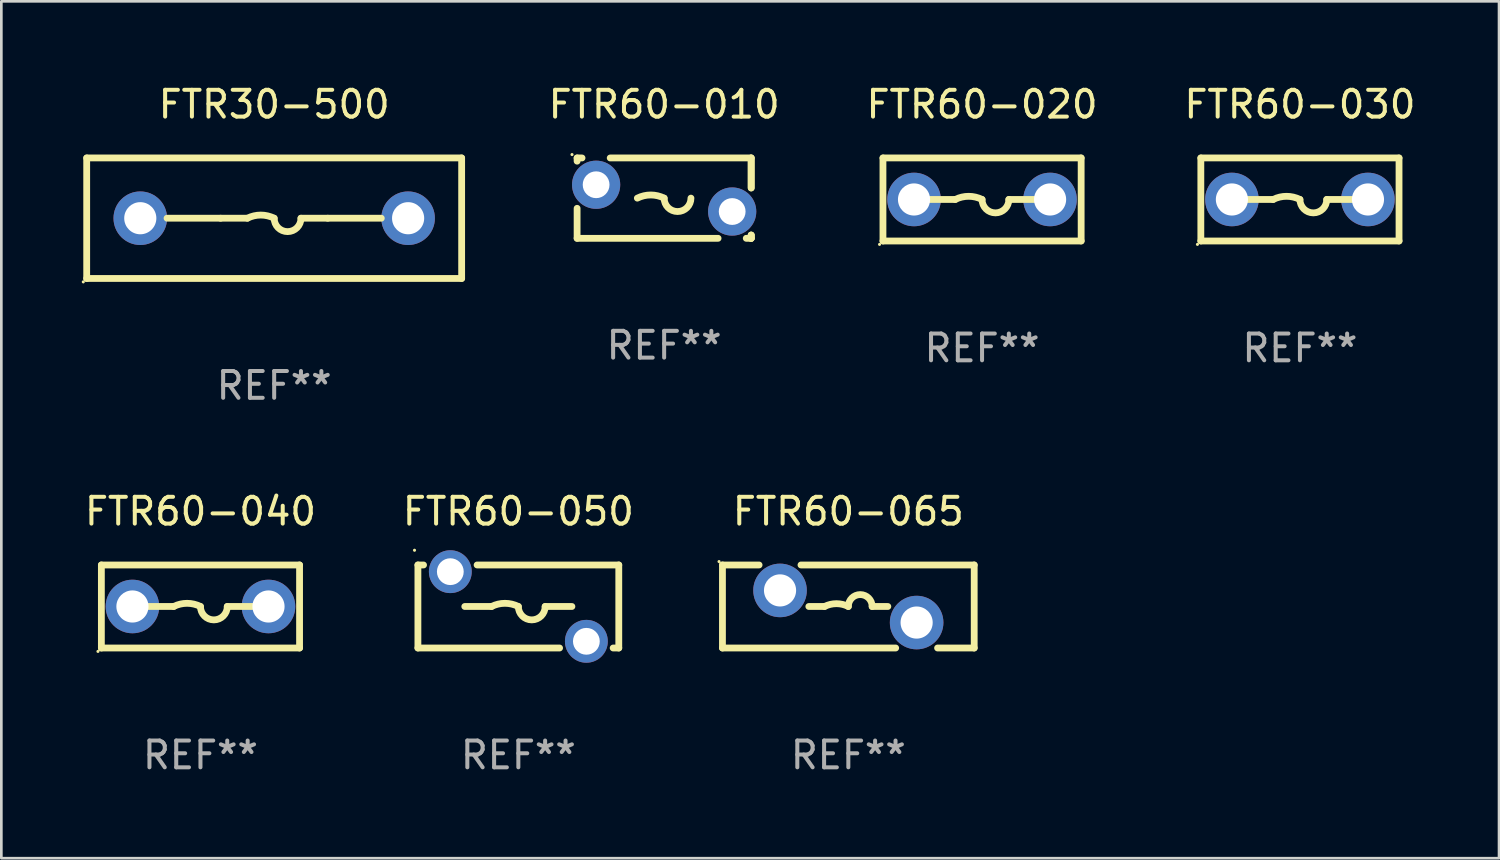
<source format=kicad_pcb>
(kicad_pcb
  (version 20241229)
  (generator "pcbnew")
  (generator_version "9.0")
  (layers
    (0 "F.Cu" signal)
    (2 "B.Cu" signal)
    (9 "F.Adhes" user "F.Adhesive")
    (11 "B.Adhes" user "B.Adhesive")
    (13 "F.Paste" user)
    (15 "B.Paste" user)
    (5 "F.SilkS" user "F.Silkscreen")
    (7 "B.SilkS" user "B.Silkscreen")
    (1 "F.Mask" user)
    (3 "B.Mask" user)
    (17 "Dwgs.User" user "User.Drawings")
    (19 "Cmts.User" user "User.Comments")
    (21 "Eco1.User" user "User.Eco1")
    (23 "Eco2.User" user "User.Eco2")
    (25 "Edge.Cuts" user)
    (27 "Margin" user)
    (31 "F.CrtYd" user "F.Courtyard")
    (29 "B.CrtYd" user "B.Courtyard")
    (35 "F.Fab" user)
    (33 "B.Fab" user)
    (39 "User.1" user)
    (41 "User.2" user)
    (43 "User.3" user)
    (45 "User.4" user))
  (footprint "FTR60-010"
    (layer "F.Cu")
    (at 21.748 4.348)
    (property "Reference" "FTR60-010" (at 0 -3.5 0) (layer "F.SilkS") (effects (font (size 1 1) (thickness 0.15))))
    (attr through_hole)
    (fp_line (start -3.25 -1.5) (end -3.25 -1.38) (stroke (width 0.254) (type solid)) (layer "F.SilkS"))
    (fp_line (start -3.25 -1.5) (end -3.066 -1.5) (stroke (width 0.254) (type solid)) (layer "F.SilkS"))
    (fp_line (start -3.25 0.38) (end -3.25 1.5) (stroke (width 0.254) (type solid)) (layer "F.SilkS"))
    (fp_line (start -3.25 1.5) (end 2.014 1.5) (stroke (width 0.254) (type solid)) (layer "F.SilkS"))
    (fp_line (start -2.014 -1.5) (end 3.25 -1.5) (stroke (width 0.254) (type solid)) (layer "F.SilkS"))
    (fp_line (start 3.066 1.5) (end 3.25 1.5) (stroke (width 0.254) (type solid)) (layer "F.SilkS"))
    (fp_line (start 3.25 -1.5) (end 3.25 -0.38) (stroke (width 0.254) (type solid)) (layer "F.SilkS"))
    (fp_line (start 3.25 -1.5) (end 3.25 -0.38) (stroke (width 0.254) (type solid)) (layer "F.SilkS"))
    (fp_line (start 3.25 1.38) (end 3.25 1.5) (stroke (width 0.254) (type solid)) (layer "F.SilkS"))
    (fp_line (start 3.25 1.38) (end 3.25 1.5) (stroke (width 0.254) (type solid)) (layer "F.SilkS"))
    (fp_line (start 3.25 1.5) (end 3.25 1.38) (stroke (width 0.254) (type solid)) (layer "F.SilkS"))
    (fp_arc (start -1.000762 0) (mid -0.500381 -0.118151) (end 0 0) (stroke (width 0.254001) (type solid)) (layer "F.SilkS"))
    (fp_arc (start 1.000762 0) (mid 0.500381 0.500127) (end 0 0) (stroke (width 0.254001) (type solid)) (layer "F.SilkS"))
    (fp_circle (center -3.44 -1.627) (end -3.41 -1.627) (stroke (width 0.06) (type solid)) (fill no) (layer "F.SilkS"))
    (fp_text user "REF**" (at 0 5.5 0) (layer "F.Fab") (effects (font (size 1 1) (thickness 0.15))))
    (pad "1" thru_hole circle (at -2.54 -0.5) (size 1.8 1.8) (drill 1) (layers "*.Cu" "*.Mask"))
    (pad "2" thru_hole circle (at 2.54 0.5) (size 1.8 1.8) (drill 1) (layers "*.Cu" "*.Mask")))
  (footprint "FTR60-040"
    (layer "F.Cu")
    (at 4.435 19.595)
    (property "Reference" "FTR60-040" (at 0 -3.55 0) (layer "F.SilkS") (effects (font (size 1 1) (thickness 0.15))))
    (attr through_hole)
    (fp_line (start -3.7 -1.55) (end 3.7 -1.55) (stroke (width 0.254) (type solid)) (layer "F.SilkS"))
    (fp_line (start -3.7 1.55) (end -3.7 -1.55) (stroke (width 0.254) (type solid)) (layer "F.SilkS"))
    (fp_line (start -1 0) (end -2 0) (stroke (width 0.254) (type solid)) (layer "F.SilkS"))
    (fp_line (start 1 0) (end 2 0) (stroke (width 0.254) (type solid)) (layer "F.SilkS"))
    (fp_line (start 3.7 -1.55) (end 3.7 1.55) (stroke (width 0.254) (type solid)) (layer "F.SilkS"))
    (fp_line (start 3.7 1.55) (end -3.7 1.55) (stroke (width 0.254) (type solid)) (layer "F.SilkS"))
    (fp_arc (start -1.000762 0) (mid -0.500381 -0.118151) (end 0 0) (stroke (width 0.254001) (type solid)) (layer "F.SilkS"))
    (fp_arc (start 1.000762 0) (mid 0.500381 0.500127) (end 0 0) (stroke (width 0.254001) (type solid)) (layer "F.SilkS"))
    (fp_circle (center -3.827 1.677) (end -3.797 1.677) (stroke (width 0.06) (type solid)) (fill no) (layer "F.SilkS"))
    (fp_text user "REF**" (at 0 5.55 0) (layer "F.Fab") (effects (font (size 1 1) (thickness 0.15))))
    (pad "1" thru_hole circle (at -2.54 0) (size 2 2) (drill 1.2) (layers "*.Cu" "*.Mask"))
    (pad "2" thru_hole circle (at 2.54 0) (size 2 2) (drill 1.2) (layers "*.Cu" "*.Mask")))
  (footprint "FTR60-065"
    (layer "F.Cu")
    (at 28.625 19.595)
    (property "Reference" "FTR60-065" (at 0 -3.55 0) (layer "F.SilkS") (effects (font (size 1 1) (thickness 0.15))))
    (attr through_hole)
    (fp_line (start -4.7 -1.55) (end -4.7 1.55) (stroke (width 0.254) (type solid)) (layer "F.SilkS"))
    (fp_line (start -4.7 1.55) (end 1.768 1.55) (stroke (width 0.254) (type solid)) (layer "F.SilkS"))
    (fp_line (start -3.332 -1.55) (end -4.7 -1.55) (stroke (width 0.254) (type solid)) (layer "F.SilkS"))
    (fp_line (start -1.475 0) (end -0.889 0) (stroke (width 0.254) (type solid)) (layer "F.SilkS"))
    (fp_line (start 1.475 0) (end 0.889 0) (stroke (width 0.254) (type solid)) (layer "F.SilkS"))
    (fp_line (start 3.332 1.55) (end 4.7 1.55) (stroke (width 0.254) (type solid)) (layer "F.SilkS"))
    (fp_line (start 4.7 -1.55) (end -1.768 -1.55) (stroke (width 0.254) (type solid)) (layer "F.SilkS"))
    (fp_line (start 4.7 -1.55) (end 4.7 1.55) (stroke (width 0.254) (type solid)) (layer "F.SilkS"))
    (fp_arc (start -0.889002 0) (mid -0.444501 -0.104932) (end 0 0) (stroke (width 0.254001) (type solid)) (layer "F.SilkS"))
    (fp_arc (start 0 0) (mid 0.444501 -0.444501) (end 0.889002 0) (stroke (width 0.254001) (type solid)) (layer "F.SilkS"))
    (fp_circle (center -4.827 -1.677) (end -4.797 -1.677) (stroke (width 0.06) (type solid)) (fill no) (layer "F.SilkS"))
    (fp_text user "REF**" (at 0 5.55 0) (layer "F.Fab") (effects (font (size 1 1) (thickness 0.15))))
    (pad "1" thru_hole circle (at -2.55 -0.6) (size 2 2) (drill 1.2) (layers "*.Cu" "*.Mask"))
    (pad "2" thru_hole circle (at 2.55 0.6) (size 2 2) (drill 1.2) (layers "*.Cu" "*.Mask")))
  (footprint "FTR60-020"
    (layer "F.Cu")
    (at 33.618 4.398)
    (property "Reference" "FTR60-020" (at 0 -3.55 0) (layer "F.SilkS") (effects (font (size 1 1) (thickness 0.15))))
    (attr through_hole)
    (fp_line (start -3.7 -1.55) (end 3.7 -1.55) (stroke (width 0.254) (type solid)) (layer "F.SilkS"))
    (fp_line (start -3.7 1.55) (end -3.7 -1.55) (stroke (width 0.254) (type solid)) (layer "F.SilkS"))
    (fp_line (start -1 0) (end -2 0) (stroke (width 0.254) (type solid)) (layer "F.SilkS"))
    (fp_line (start 1 0) (end 2 0) (stroke (width 0.254) (type solid)) (layer "F.SilkS"))
    (fp_line (start 3.7 -1.55) (end 3.7 1.55) (stroke (width 0.254) (type solid)) (layer "F.SilkS"))
    (fp_line (start 3.7 1.55) (end -3.7 1.55) (stroke (width 0.254) (type solid)) (layer "F.SilkS"))
    (fp_arc (start -1.000762 0) (mid -0.500381 -0.118151) (end 0 0) (stroke (width 0.254001) (type solid)) (layer "F.SilkS"))
    (fp_arc (start 1.000762 0) (mid 0.500381 0.500127) (end 0 0) (stroke (width 0.254001) (type solid)) (layer "F.SilkS"))
    (fp_circle (center -3.827 1.677) (end -3.797 1.677) (stroke (width 0.06) (type solid)) (fill no) (layer "F.SilkS"))
    (fp_text user "REF**" (at 0 5.55 0) (layer "F.Fab") (effects (font (size 1 1) (thickness 0.15))))
    (pad "1" thru_hole circle (at -2.54 0) (size 2 2) (drill 1.2) (layers "*.Cu" "*.Mask"))
    (pad "2" thru_hole circle (at 2.54 0) (size 2 2) (drill 1.2) (layers "*.Cu" "*.Mask")))
  (footprint "FTR60-050"
    (layer "F.Cu")
    (at 16.304 19.595)
    (property "Reference" "FTR60-050" (at 0 -3.55 0) (layer "F.SilkS") (effects (font (size 1 1) (thickness 0.15))))
    (attr through_hole)
    (fp_line (start -3.75 -1.55) (end -3.54 -1.55) (stroke (width 0.254) (type solid)) (layer "F.SilkS"))
    (fp_line (start -3.75 1.55) (end -3.75 -1.55) (stroke (width 0.254) (type solid)) (layer "F.SilkS"))
    (fp_line (start -3.75 1.55) (end 1.54 1.55) (stroke (width 0.254) (type solid)) (layer "F.SilkS"))
    (fp_line (start -1.54 -1.55) (end 3.75 -1.55) (stroke (width 0.254) (type solid)) (layer "F.SilkS"))
    (fp_line (start -1 0) (end -2 0) (stroke (width 0.254) (type solid)) (layer "F.SilkS"))
    (fp_line (start 1 0) (end 2 0) (stroke (width 0.254) (type solid)) (layer "F.SilkS"))
    (fp_line (start 3.54 1.55) (end 3.75 1.55) (stroke (width 0.254) (type solid)) (layer "F.SilkS"))
    (fp_line (start 3.75 -1.55) (end 3.75 1.55) (stroke (width 0.254) (type solid)) (layer "F.SilkS"))
    (fp_arc (start -1.000762 0) (mid -0.500381 -0.118151) (end 0 0) (stroke (width 0.254001) (type solid)) (layer "F.SilkS"))
    (fp_arc (start 1.000762 0) (mid 0.500381 0.500127) (end 0 0) (stroke (width 0.254001) (type solid)) (layer "F.SilkS"))
    (fp_circle (center -3.877 -2.1) (end -3.847 -2.1) (stroke (width 0.06) (type solid)) (fill no) (layer "F.SilkS"))
    (fp_text user "REF**" (at 0 5.55 0) (layer "F.Fab") (effects (font (size 1 1) (thickness 0.15))))
    (pad "1" thru_hole circle (at -2.54 -1.3) (size 1.6 1.6) (drill 1) (layers "*.Cu" "*.Mask"))
    (pad "2" thru_hole circle (at 2.54 1.3) (size 1.6 1.6) (drill 1) (layers "*.Cu" "*.Mask")))
  (footprint "FTR60-030"
    (layer "F.Cu")
    (at 45.487 4.398)
    (property "Reference" "FTR60-030" (at 0 -3.55 0) (layer "F.SilkS") (effects (font (size 1 1) (thickness 0.15))))
    (attr through_hole)
    (fp_line (start -3.7 -1.55) (end 3.7 -1.55) (stroke (width 0.254) (type solid)) (layer "F.SilkS"))
    (fp_line (start -3.7 1.55) (end -3.7 -1.55) (stroke (width 0.254) (type solid)) (layer "F.SilkS"))
    (fp_line (start -1 0) (end -2 0) (stroke (width 0.254) (type solid)) (layer "F.SilkS"))
    (fp_line (start 1 0) (end 2 0) (stroke (width 0.254) (type solid)) (layer "F.SilkS"))
    (fp_line (start 3.7 -1.55) (end 3.7 1.55) (stroke (width 0.254) (type solid)) (layer "F.SilkS"))
    (fp_line (start 3.7 1.55) (end -3.7 1.55) (stroke (width 0.254) (type solid)) (layer "F.SilkS"))
    (fp_arc (start -1.000762 0) (mid -0.500381 -0.118151) (end 0 0) (stroke (width 0.254001) (type solid)) (layer "F.SilkS"))
    (fp_arc (start 1.000762 0) (mid 0.500381 0.500127) (end 0 0) (stroke (width 0.254001) (type solid)) (layer "F.SilkS"))
    (fp_circle (center -3.827 1.677) (end -3.797 1.677) (stroke (width 0.06) (type solid)) (fill no) (layer "F.SilkS"))
    (fp_text user "REF**" (at 0 5.55 0) (layer "F.Fab") (effects (font (size 1 1) (thickness 0.15))))
    (pad "1" thru_hole circle (at -2.54 0) (size 2 2) (drill 1.2) (layers "*.Cu" "*.Mask"))
    (pad "2" thru_hole circle (at 2.54 0) (size 2 2) (drill 1.2) (layers "*.Cu" "*.Mask")))
  (footprint "FTR30-500"
    (layer "F.Cu")
    (at 7.187 5.098)
    (property "Reference" "FTR30-500" (at 0 -4.25 0) (layer "F.SilkS") (effects (font (size 1 1) (thickness 0.15))))
    (attr through_hole)
    (fp_line (start -7 -2.25) (end 7 -2.25) (stroke (width 0.254) (type solid)) (layer "F.SilkS"))
    (fp_line (start -7 2.25) (end -7 -2.25) (stroke (width 0.254) (type solid)) (layer "F.SilkS"))
    (fp_line (start -2 0) (end -4 0) (stroke (width 0.254) (type solid)) (layer "F.SilkS"))
    (fp_line (start -1 0) (end -2 0) (stroke (width 0.254) (type solid)) (layer "F.SilkS"))
    (fp_line (start 1 0) (end 2 0) (stroke (width 0.254) (type solid)) (layer "F.SilkS"))
    (fp_line (start 2 0) (end 4 0) (stroke (width 0.254) (type solid)) (layer "F.SilkS"))
    (fp_line (start 7 -2.25) (end 7 2.25) (stroke (width 0.254) (type solid)) (layer "F.SilkS"))
    (fp_line (start 7 2.25) (end -7 2.25) (stroke (width 0.254) (type solid)) (layer "F.SilkS"))
    (fp_arc (start -1 0) (mid -0.5 -0.118021) (end 0 0) (stroke (width 0.254001) (type solid)) (layer "F.SilkS"))
    (fp_arc (start 1.000762 0) (mid 0.500381 0.500127) (end 0 0) (stroke (width 0.254001) (type solid)) (layer "F.SilkS"))
    (fp_circle (center -7.127 2.377) (end -7.097 2.377) (stroke (width 0.06) (type solid)) (fill no) (layer "F.SilkS"))
    (fp_text user "REF**" (at 0 6.25 0) (layer "F.Fab") (effects (font (size 1 1) (thickness 0.15))))
    (pad "1" thru_hole circle (at -4.999 0) (size 2 2) (drill 1.2) (layers "*.Cu" "*.Mask"))
    (pad "2" thru_hole circle (at 5.001 0) (size 2 2) (drill 1.2) (layers "*.Cu" "*.Mask")))
  (gr_rect
    (start -3 -3)
    (end 52.921 28.993)
    (stroke (width 0.1) (type default))
    (fill no)
    (layer "Edge.Cuts")))
</source>
